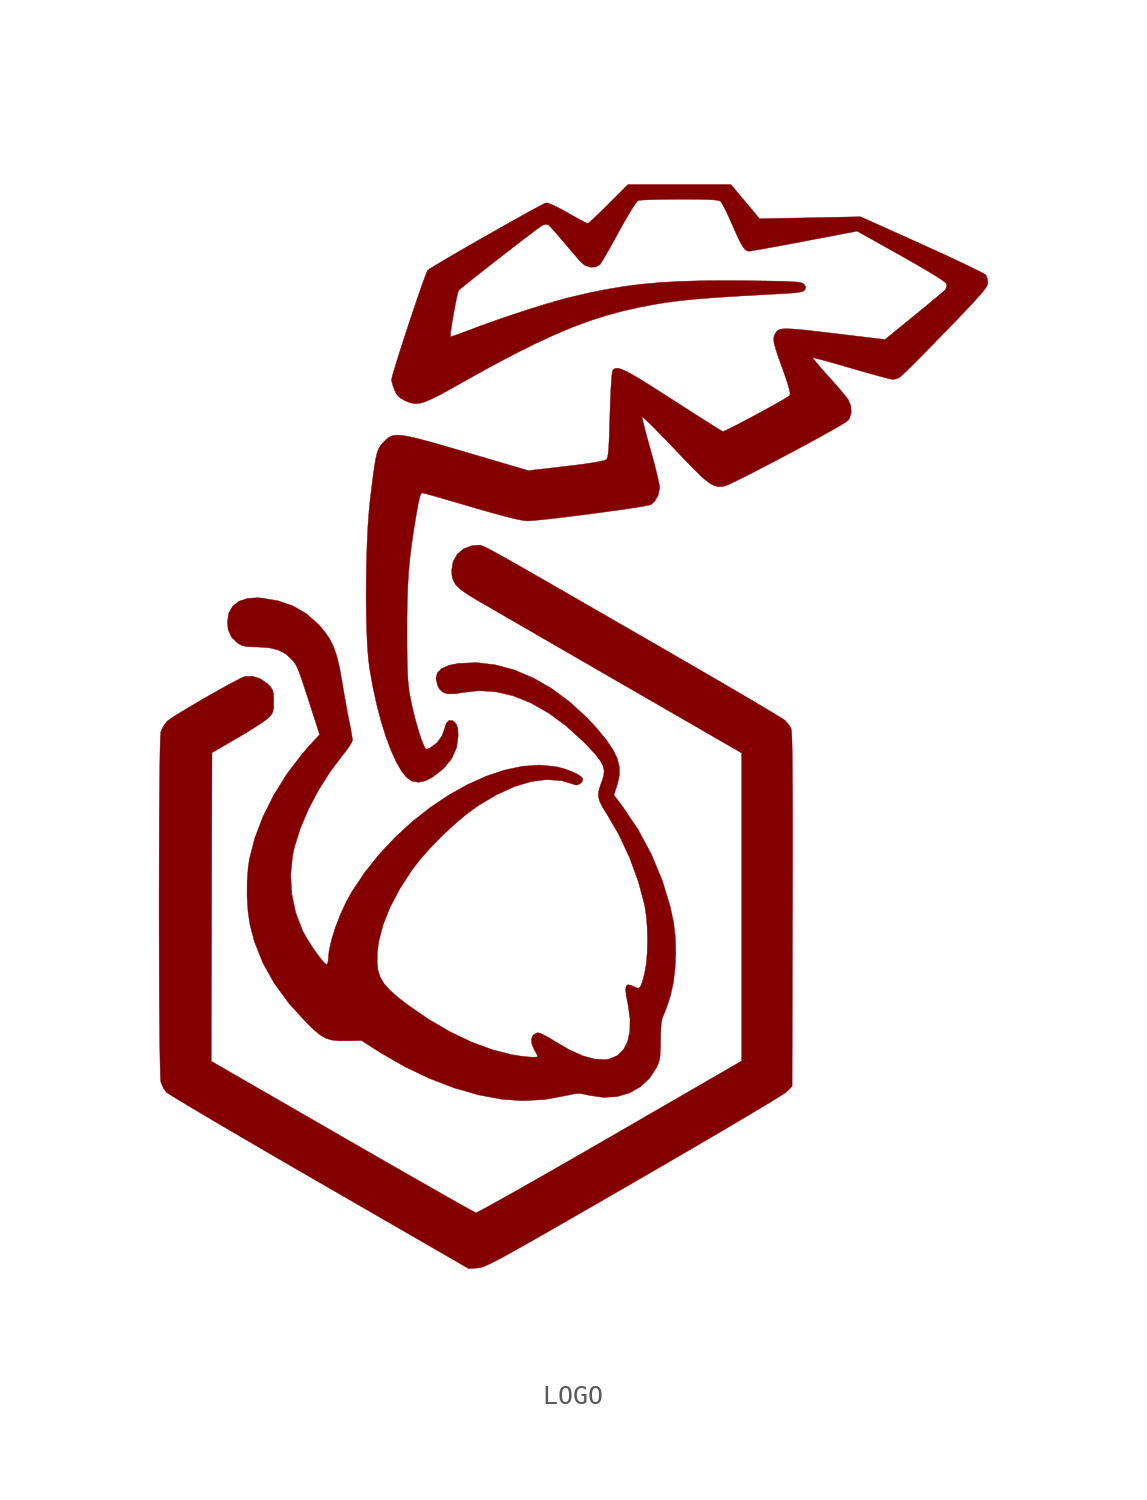
<source format=kicad_sym>
(kicad_symbol_lib
  (version 20210619)
  (generator bitmap2component)
  (symbol "LOGO"
    (pin_names
      (offset 1.016))
    (property "Reference" "#G"
      (at 0 31.115 0)
      (effects (font (size 1.27 1.27)) hide))
    (symbol "LOGO_0_0"
      (polyline (pts (xy -6.858 -28.51) (xy -6.813 -28.505) (xy -6.727 -28.491) (xy -6.626 -28.464) (xy -6.502 -28.419) (xy -6.345 -28.352) (xy -6.146 -28.258) (xy -5.898 -28.132) (xy -5.59 -27.969) (xy -5.215 -27.764) (xy -4.764 -27.513) (xy -4.228 -27.211) (xy -3.597 -26.852) (xy -2.864 -26.433) (xy -2.02 -25.948) (xy -1.055 -25.393) (xy 0.039 -24.762) (xy 1.27 -24.051) (xy 2.135 -23.551) (xy 3.159 -22.957) (xy 4.139 -22.386) (xy 5.062 -21.846) (xy 5.92 -21.343) (xy 6.701 -20.881) (xy 7.397 -20.468) (xy 7.996 -20.109) (xy 8.489 -19.811) (xy 8.866 -19.578) (xy 9.116 -19.419) (xy 9.229 -19.337) (xy 9.525 -19.047) (xy 9.547 -9.841) (xy 9.549 -9.08) (xy 9.552 -7.541) (xy 9.553 -6.165) (xy 9.552 -4.949) (xy 9.549 -3.886) (xy 9.544 -2.974) (xy 9.538 -2.208) (xy 9.53 -1.583) (xy 9.52 -1.095) (xy 9.508 -0.74) (xy 9.494 -0.514) (xy 9.478 -0.412) (xy 9.475 -0.405) (xy 9.343 -0.189) (xy 9.159 0.019) (xy 9.134 0.039) (xy 8.972 0.144) (xy 8.679 0.324) (xy 8.266 0.572) (xy 7.746 0.881) (xy 7.13 1.245) (xy 6.428 1.657) (xy 5.654 2.109) (xy 4.818 2.595) (xy 3.931 3.109) (xy 3.006 3.644) (xy 2.543 3.911) (xy 1.209 4.679) (xy 0.012 5.37) (xy -1.056 5.985) (xy -2.002 6.53) (xy -2.835 7.01) (xy -3.562 7.427) (xy -4.189 7.786) (xy -4.726 8.093) (xy -5.18 8.35) (xy -5.557 8.562) (xy -5.867 8.734) (xy -6.116 8.869) (xy -6.312 8.972) (xy -6.464 9.047) (xy -6.577 9.098) (xy -6.66 9.13) (xy -6.721 9.146) (xy -6.768 9.152) (xy -6.807 9.15) (xy -6.847 9.146) (xy -6.894 9.144) (xy -7.176 9.117) (xy -7.595 8.959) (xy -7.923 8.678) (xy -8.136 8.297) (xy -8.212 7.84) (xy -8.2 7.595) (xy -8.138 7.328) (xy -8.005 7.094) (xy -7.779 6.866) (xy -7.441 6.621) (xy -6.968 6.332) (xy -6.823 6.248) (xy -6.51 6.066) (xy -6.073 5.813) (xy -5.523 5.495) (xy -4.873 5.119) (xy -4.136 4.693) (xy -3.324 4.223) (xy -2.45 3.718) (xy -1.526 3.185) (xy -0.564 2.629) (xy 0.422 2.06) (xy 6.9 -1.68) (xy 6.9 -17.722) (xy 0.042 -21.688) (xy -0.182 -21.817) (xy -1.165 -22.384) (xy -2.106 -22.925) (xy -2.994 -23.433) (xy -3.819 -23.904) (xy -4.57 -24.33) (xy -5.237 -24.706) (xy -5.809 -25.026) (xy -6.277 -25.285) (xy -6.63 -25.476) (xy -6.856 -25.594) (xy -6.947 -25.633) (xy -6.953 -25.63) (xy -7.071 -25.57) (xy -7.323 -25.433) (xy -7.699 -25.223) (xy -8.188 -24.948) (xy -8.78 -24.612) (xy -9.464 -24.223) (xy -10.231 -23.786) (xy -11.069 -23.306) (xy -11.968 -22.791) (xy -12.918 -22.245) (xy -13.908 -21.675) (xy -20.738 -17.738) (xy -20.701 -1.662) (xy -19.36 -0.885) (xy -18.98 -0.66) (xy -18.555 -0.399) (xy -18.189 -0.162) (xy -17.911 0.03) (xy -17.751 0.159) (xy -17.722 0.188) (xy -17.592 0.339) (xy -17.52 0.489) (xy -17.49 0.696) (xy -17.484 1.016) (xy -17.484 1.13) (xy -17.495 1.407) (xy -17.536 1.59) (xy -17.627 1.738) (xy -17.787 1.909) (xy -17.828 1.949) (xy -18.186 2.192) (xy -18.584 2.321) (xy -18.965 2.316) (xy -19.017 2.299) (xy -19.226 2.204) (xy -19.542 2.041) (xy -19.94 1.827) (xy -20.396 1.574) (xy -20.882 1.299) (xy -21.375 1.014) (xy -21.848 0.736) (xy -22.276 0.478) (xy -22.634 0.256) (xy -22.896 0.083) (xy -23.038 -0.025) (xy -23.056 -0.044) (xy -23.241 -0.298) (xy -23.365 -0.575) (xy -23.372 -0.622) (xy -23.385 -0.836) (xy -23.398 -1.2) (xy -23.409 -1.698) (xy -23.419 -2.317) (xy -23.428 -3.043) (xy -23.435 -3.862) (xy -23.442 -4.761) (xy -23.447 -5.726) (xy -23.451 -6.743) (xy -23.453 -7.798) (xy -23.455 -8.877) (xy -23.455 -9.966) (xy -23.454 -11.052) (xy -23.452 -12.12) (xy -23.448 -13.158) (xy -23.444 -14.151) (xy -23.438 -15.085) (xy -23.431 -15.946) (xy -23.423 -16.721) (xy -23.413 -17.396) (xy -23.403 -17.957) (xy -23.391 -18.39) (xy -23.378 -18.681) (xy -23.364 -18.817) (xy -23.357 -18.841) (xy -23.24 -19.115) (xy -23.089 -19.343) (xy -23.002 -19.406) (xy -22.776 -19.55) (xy -22.422 -19.766) (xy -21.95 -20.05) (xy -21.37 -20.396) (xy -20.692 -20.797) (xy -19.926 -21.248) (xy -19.081 -21.743) (xy -18.167 -22.276) (xy -17.195 -22.842) (xy -16.174 -23.434) (xy -15.113 -24.047) (xy -7.324 -28.543) (xy -6.858 -28.51)) (stroke (width 0.01)) (fill (type outline)))
      (polyline (pts (xy -3.334 -19.731) (xy -2.141 -19.507) (xy -2.106 -19.499) (xy -1.82 -19.437) (xy -1.593 -19.419) (xy -1.35 -19.447) (xy -1.019 -19.521) (xy -1.016 -19.521) (xy -0.283 -19.625) (xy 0.413 -19.578) (xy 1.055 -19.39) (xy 1.625 -19.067) (xy 2.103 -18.618) (xy 2.471 -18.05) (xy 2.556 -17.859) (xy 2.614 -17.661) (xy 2.648 -17.419) (xy 2.666 -17.092) (xy 2.673 -16.637) (xy 2.673 -16.602) (xy 2.684 -16.12) (xy 2.709 -15.773) (xy 2.753 -15.528) (xy 2.819 -15.354) (xy 2.848 -15.293) (xy 2.948 -15.043) (xy 3.066 -14.706) (xy 3.183 -14.338) (xy 3.193 -14.304) (xy 3.339 -13.64) (xy 3.431 -12.874) (xy 3.466 -12.065) (xy 3.442 -11.268) (xy 3.357 -10.541) (xy 3.177 -9.687) (xy 2.76 -8.314) (xy 2.199 -6.966) (xy 1.506 -5.674) (xy 0.695 -4.47) (xy 0.242 -3.867) (xy 0.423 -3.301) (xy 0.435 -3.266) (xy 0.53 -2.825) (xy 0.527 -2.401) (xy 0.419 -1.971) (xy 0.196 -1.512) (xy -0.149 -1.003) (xy -0.625 -0.419) (xy -1.147 0.147) (xy -2.043 0.971) (xy -2.982 1.667) (xy -3.951 2.227) (xy -4.937 2.645) (xy -5.928 2.915) (xy -6.91 3.032) (xy -7.871 2.989) (xy -8.349 2.892) (xy -8.733 2.724) (xy -8.96 2.492) (xy -9.03 2.196) (xy -8.944 1.836) (xy -8.845 1.65) (xy -8.666 1.483) (xy -8.411 1.403) (xy -8.053 1.405) (xy -7.566 1.482) (xy -6.804 1.567) (xy -5.909 1.512) (xy -4.997 1.298) (xy -4.077 0.926) (xy -3.155 0.401) (xy -2.241 -0.274) (xy -1.341 -1.095) (xy -1.079 -1.363) (xy -0.72 -1.754) (xy -0.473 -2.075) (xy -0.326 -2.348) (xy -0.268 -2.598) (xy -0.288 -2.848) (xy -0.374 -3.122) (xy -0.446 -3.311) (xy -0.546 -3.638) (xy -0.571 -3.908) (xy -0.514 -4.169) (xy -0.368 -4.47) (xy -0.127 -4.857) (xy 0.501 -5.936) (xy 1.056 -7.128) (xy 1.51 -8.364) (xy 1.837 -9.588) (xy 1.838 -9.589) (xy 1.924 -10.135) (xy 1.976 -10.768) (xy 1.993 -11.439) (xy 1.975 -12.097) (xy 1.923 -12.69) (xy 1.837 -13.168) (xy 1.793 -13.337) (xy 1.703 -13.657) (xy 1.625 -13.846) (xy 1.541 -13.925) (xy 1.432 -13.918) (xy 1.279 -13.848) (xy 1.145 -13.786) (xy 0.979 -13.75) (xy 0.883 -13.817) (xy 0.853 -13.999) (xy 0.884 -14.314) (xy 0.972 -14.774) (xy 0.982 -14.823) (xy 1.082 -15.547) (xy 1.071 -16.182) (xy 0.954 -16.717) (xy 0.734 -17.143) (xy 0.415 -17.447) (xy -0.000200 -17.62) (xy -0.232 -17.655) (xy -0.772 -17.625) (xy -1.386 -17.454) (xy -2.08 -17.142) (xy -2.858 -16.688) (xy -3.016 -16.589) (xy -3.314 -16.418) (xy -3.555 -16.3) (xy -3.696 -16.256) (xy -3.781 -16.264) (xy -3.968 -16.37) (xy -4.054 -16.577) (xy -4.032 -16.853) (xy -3.894 -17.168) (xy -3.864 -17.218) (xy -3.765 -17.394) (xy -3.725 -17.486) (xy -3.796 -17.519) (xy -4 -17.526) (xy -4.304 -17.506) (xy -4.674 -17.462) (xy -5.076 -17.395) (xy -6.082 -17.141) (xy -7.181 -16.736) (xy -8.306 -16.199) (xy -9.431 -15.542) (xy -10.536 -14.776) (xy -11.017 -14.401) (xy -11.436 -14.03) (xy -11.737 -13.691) (xy -11.937 -13.354) (xy -12.051 -12.993) (xy -12.095 -12.579) (xy -12.084 -12.086) (xy -12.012 -11.499) (xy -11.784 -10.627) (xy -11.414 -9.703) (xy -10.906 -8.742) (xy -10.267 -7.758) (xy -9.857 -7.228) (xy -9.309 -6.608) (xy -8.694 -5.979) (xy -8.05 -5.381) (xy -7.417 -4.85) (xy -6.834 -4.425) (xy -5.879 -3.856) (xy -4.952 -3.432) (xy -4.077 -3.168) (xy -3.255 -3.064) (xy -2.485 -3.12) (xy -1.768 -3.337) (xy -1.696 -3.349) (xy -1.535 -3.288) (xy -1.407 -3.159) (xy -1.378 -3.017) (xy -1.442 -2.931) (xy -1.648 -2.788) (xy -1.956 -2.641) (xy -2.328 -2.506) (xy -2.725 -2.401) (xy -2.8 -2.386) (xy -3.631 -2.306) (xy -4.521 -2.369) (xy -5.453 -2.566) (xy -6.415 -2.888) (xy -7.391 -3.326) (xy -8.368 -3.872) (xy -9.33 -4.517) (xy -10.263 -5.251) (xy -11.152 -6.067) (xy -11.984 -6.955) (xy -12.744 -7.906) (xy -13.417 -8.913) (xy -13.724 -9.472) (xy -14.02 -10.117) (xy -14.274 -10.78) (xy -14.473 -11.422) (xy -14.601 -12.003) (xy -14.647 -12.485) (xy -14.667 -12.627) (xy -14.725 -12.7) (xy -14.796 -12.658) (xy -14.947 -12.499) (xy -15.144 -12.249) (xy -15.367 -11.939) (xy -15.592 -11.601) (xy -15.798 -11.266) (xy -15.962 -10.964) (xy -15.997 -10.892) (xy -16.339 -9.992) (xy -16.541 -9.028) (xy -16.598 -8.039) (xy -16.506 -7.064) (xy -16.399 -6.568) (xy -16.1 -5.614) (xy -15.68 -4.623) (xy -15.155 -3.626) (xy -14.543 -2.656) (xy -13.857 -1.746) (xy -13.764 -1.631) (xy -13.566 -1.362) (xy -13.429 -1.144) (xy -13.377 -1.014) (xy -13.384 -0.943) (xy -13.418 -0.719) (xy -13.476 -0.4) (xy -13.55 -0.03) (xy -13.568 0.057) (xy -13.651 0.488) (xy -13.746 1.013) (xy -13.845 1.574) (xy -13.934 2.112) (xy -14.057 2.793) (xy -14.197 3.374) (xy -14.363 3.853) (xy -14.568 4.266) (xy -14.829 4.646) (xy -15.159 5.028) (xy -15.167 5.037) (xy -15.778 5.577) (xy -16.471 5.981) (xy -17.258 6.253) (xy -18.152 6.4) (xy -18.297 6.41) (xy -18.85 6.377) (xy -19.295 6.228) (xy -19.623 5.968) (xy -19.827 5.603) (xy -19.896 5.139) (xy -19.853 4.739) (xy -19.681 4.356) (xy -19.369 4.05) (xy -19.328 4.021) (xy -19.168 3.934) (xy -18.979 3.881) (xy -18.716 3.854) (xy -18.33 3.844) (xy -17.732 3.805) (xy -17.253 3.692) (xy -16.867 3.493) (xy -16.542 3.198) (xy -16.48 3.127) (xy -16.398 3.022) (xy -16.323 2.903) (xy -16.247 2.749) (xy -16.161 2.54) (xy -16.057 2.253) (xy -15.927 1.869) (xy -15.763 1.366) (xy -15.555 0.722) (xy -15.092 -0.714) (xy -15.636 -1.31) (xy -16.026 -1.756) (xy -16.804 -2.784) (xy -17.481 -3.87) (xy -18.04 -4.987) (xy -18.468 -6.106) (xy -18.749 -7.201) (xy -18.812 -7.617) (xy -18.869 -8.367) (xy -18.872 -9.166) (xy -18.822 -9.942) (xy -18.721 -10.627) (xy -18.488 -11.511) (xy -18.046 -12.62) (xy -17.442 -13.696) (xy -16.673 -14.743) (xy -15.739 -15.764) (xy -15.37 -16.118) (xy -15.053 -16.377) (xy -14.763 -16.543) (xy -14.453 -16.635) (xy -14.082 -16.673) (xy -13.607 -16.674) (xy -12.912 -16.659) (xy -12.023 -17.227) (xy -11.905 -17.302) (xy -10.653 -18.022) (xy -9.367 -18.635) (xy -8.076 -19.129) (xy -6.807 -19.494) (xy -5.588 -19.72) (xy -4.507 -19.796) (xy -3.334 -19.731)) (stroke (width 0.01)) (fill (type outline)))
      (polyline (pts (xy -9.571 -3.126) (xy -9.168 -2.91) (xy -8.707 -2.548) (xy -8.595 -2.444) (xy -8.196 -1.948) (xy -7.955 -1.394) (xy -7.874 -0.788) (xy -7.874 -0.732) (xy -7.891 -0.423) (xy -7.944 -0.224) (xy -8.045 -0.083) (xy -8.176 0.012) (xy -8.352 0.018) (xy -8.494 -0.128) (xy -8.582 -0.414) (xy -8.585 -0.428) (xy -8.726 -0.805) (xy -8.986 -1.15) (xy -9.322 -1.401) (xy -9.407 -1.444) (xy -9.527 -1.477) (xy -9.607 -1.407) (xy -9.698 -1.208) (xy -9.818 -0.889) (xy -9.978 -0.385) (xy -10.137 0.192) (xy -10.28 0.789) (xy -10.395 1.354) (xy -10.434 1.602) (xy -10.47 1.913) (xy -10.498 2.274) (xy -10.517 2.71) (xy -10.53 3.243) (xy -10.536 3.898) (xy -10.538 4.699) (xy -10.537 5.3) (xy -10.525 6.194) (xy -10.499 6.984) (xy -10.456 7.71) (xy -10.393 8.414) (xy -10.305 9.135) (xy -10.191 9.915) (xy -10.046 10.795) (xy -10.026 10.913) (xy -9.95 11.332) (xy -9.888 11.613) (xy -9.833 11.781) (xy -9.778 11.858) (xy -9.714 11.871) (xy -9.694 11.867) (xy -9.531 11.823) (xy -9.235 11.74) (xy -8.825 11.623) (xy -8.325 11.478) (xy -7.754 11.312) (xy -7.136 11.13) (xy -7.021 11.097) (xy -6.161 10.85) (xy -5.459 10.658) (xy -4.912 10.523) (xy -4.518 10.441) (xy -4.276 10.415) (xy -4.095 10.423) (xy -3.76 10.451) (xy -3.315 10.496) (xy -2.784 10.556) (xy -2.191 10.627) (xy -1.557 10.706) (xy -0.906 10.79) (xy -0.262 10.876) (xy 0.353 10.961) (xy 0.916 11.042) (xy 1.402 11.116) (xy 1.79 11.18) (xy 2.056 11.231) (xy 2.177 11.265) (xy 2.378 11.448) (xy 2.557 11.772) (xy 2.625 12.14) (xy 2.624 12.156) (xy 2.595 12.35) (xy 2.526 12.672) (xy 2.425 13.092) (xy 2.299 13.579) (xy 2.154 14.102) (xy 2.122 14.217) (xy 1.984 14.714) (xy 1.868 15.15) (xy 1.779 15.5) (xy 1.724 15.74) (xy 1.71 15.842) (xy 1.716 15.843) (xy 1.805 15.776) (xy 1.991 15.603) (xy 2.26 15.339) (xy 2.596 14.998) (xy 2.986 14.596) (xy 3.414 14.146) (xy 3.476 14.081) (xy 3.994 13.536) (xy 4.416 13.104) (xy 4.757 12.771) (xy 5.033 12.527) (xy 5.259 12.359) (xy 5.452 12.257) (xy 5.627 12.207) (xy 5.799 12.199) (xy 5.986 12.221) (xy 6.102 12.261) (xy 6.357 12.375) (xy 6.722 12.551) (xy 7.177 12.778) (xy 7.703 13.047) (xy 8.279 13.345) (xy 8.886 13.663) (xy 9.503 13.99) (xy 10.11 14.315) (xy 10.687 14.628) (xy 11.214 14.918) (xy 11.672 15.175) (xy 12.04 15.387) (xy 12.297 15.544) (xy 12.425 15.636) (xy 12.51 15.746) (xy 12.607 16.045) (xy 12.589 16.389) (xy 12.456 16.722) (xy 12.422 16.772) (xy 12.268 16.968) (xy 12.035 17.246) (xy 11.748 17.578) (xy 11.431 17.933) (xy 11.266 18.115) (xy 10.992 18.426) (xy 10.777 18.678) (xy 10.638 18.851) (xy 10.595 18.921) (xy 10.645 18.914) (xy 10.837 18.868) (xy 11.153 18.784) (xy 11.569 18.669) (xy 12.065 18.528) (xy 12.616 18.368) (xy 13.011 18.253) (xy 13.541 18.102) (xy 14.007 17.973) (xy 14.384 17.873) (xy 14.648 17.808) (xy 14.774 17.785) (xy 14.911 17.806) (xy 15.124 17.889) (xy 15.128 17.891) (xy 15.234 17.982) (xy 15.442 18.18) (xy 15.738 18.47) (xy 16.108 18.84) (xy 16.537 19.273) (xy 17.011 19.757) (xy 17.516 20.277) (xy 17.53 20.291) (xy 18.106 20.888) (xy 18.574 21.377) (xy 18.944 21.771) (xy 19.228 22.082) (xy 19.437 22.322) (xy 19.58 22.503) (xy 19.669 22.639) (xy 19.715 22.741) (xy 19.727 22.822) (xy 19.699 23.037) (xy 19.622 23.226) (xy 19.595 23.248) (xy 19.431 23.342) (xy 19.138 23.492) (xy 18.73 23.692) (xy 18.227 23.932) (xy 17.643 24.205) (xy 16.996 24.502) (xy 16.303 24.817) (xy 13.09 26.262) (xy 7.832 26.158) (xy 7.084 27.049) (xy 6.336 27.94) (xy 0.971 27.94) (xy -0.042 26.924) (xy -0.304 26.664) (xy -0.613 26.363) (xy -0.867 26.123) (xy -1.044 25.965) (xy -1.123 25.908) (xy -1.132 25.91) (xy -1.254 25.966) (xy -1.486 26.088) (xy -1.8 26.26) (xy -2.165 26.467) (xy -2.555 26.683) (xy -2.902 26.856) (xy -3.157 26.961) (xy -3.293 26.986) (xy -3.305 26.983) (xy -3.449 26.915) (xy -3.714 26.776) (xy -4.082 26.577) (xy -4.532 26.328) (xy -5.047 26.042) (xy -5.606 25.727) (xy -6.19 25.396) (xy -6.78 25.06) (xy -7.357 24.729) (xy -7.901 24.415) (xy -8.393 24.128) (xy -8.815 23.879) (xy -9.146 23.68) (xy -9.368 23.541) (xy -9.461 23.473) (xy -9.497 23.402) (xy -9.585 23.181) (xy -9.71 22.84) (xy -9.865 22.4) (xy -10.042 21.886) (xy -10.233 21.32) (xy -10.431 20.728) (xy -10.627 20.131) (xy -10.814 19.553) (xy -10.985 19.018) (xy -11.13 18.549) (xy -11.244 18.17) (xy -11.318 17.903) (xy -11.344 17.773) (xy -11.337 17.707) (xy -11.278 17.471) (xy -11.177 17.205) (xy -11.078 17.018) (xy -10.897 16.822) (xy -10.616 16.666) (xy -10.479 16.609) (xy -10.278 16.547) (xy -10.076 16.524) (xy -9.854 16.548) (xy -9.59 16.625) (xy -9.264 16.763) (xy -8.855 16.967) (xy -8.342 17.245) (xy -7.705 17.603) (xy -7.417 17.766) (xy -6.126 18.48) (xy -4.95 19.102) (xy -3.872 19.642) (xy -2.873 20.104) (xy -1.937 20.498) (xy -1.045 20.831) (xy -0.18 21.11) (xy 0.676 21.343) (xy 1.54 21.537) (xy 1.581 21.546) (xy 2.059 21.639) (xy 2.52 21.721) (xy 2.982 21.794) (xy 3.464 21.859) (xy 3.985 21.918) (xy 4.563 21.973) (xy 5.217 22.026) (xy 5.966 22.078) (xy 6.828 22.132) (xy 7.821 22.188) (xy 8.966 22.25) (xy 9.019 22.253) (xy 9.478 22.281) (xy 9.797 22.311) (xy 10.005 22.347) (xy 10.127 22.394) (xy 10.192 22.456) (xy 10.234 22.602) (xy 10.137 22.75) (xy 10.123 22.763) (xy 10.065 22.8) (xy 9.973 22.83) (xy 9.831 22.854) (xy 9.62 22.873) (xy 9.326 22.889) (xy 8.93 22.901) (xy 8.415 22.912) (xy 7.765 22.921) (xy 6.963 22.93) (xy 6.123 22.936) (xy 4.859 22.928) (xy 3.718 22.896) (xy 2.673 22.837) (xy 1.695 22.749) (xy 0.757 22.63) (xy -0.169 22.475) (xy -1.111 22.284) (xy -2.097 22.052) (xy -2.655 21.903) (xy -3.365 21.695) (xy -4.159 21.448) (xy -4.996 21.174) (xy -5.838 20.887) (xy -6.647 20.598) (xy -7.385 20.321) (xy -7.68 20.209) (xy -7.98 20.101) (xy -8.189 20.032) (xy -8.274 20.015) (xy -8.278 20.093) (xy -8.255 20.306) (xy -8.21 20.614) (xy -8.15 20.982) (xy -8.081 21.372) (xy -8.01 21.747) (xy -7.943 22.072) (xy -7.887 22.307) (xy -7.848 22.418) (xy -7.839 22.428) (xy -7.723 22.53) (xy -7.497 22.715) (xy -7.181 22.969) (xy -6.795 23.275) (xy -6.359 23.618) (xy -5.893 23.982) (xy -5.417 24.352) (xy -4.951 24.713) (xy -4.516 25.047) (xy -4.13 25.341) (xy -3.816 25.578) (xy -3.591 25.743) (xy -3.477 25.821) (xy -3.344 25.864) (xy -3.186 25.848) (xy -3.172 25.838) (xy -3.056 25.723) (xy -2.861 25.509) (xy -2.612 25.224) (xy -2.332 24.892) (xy -2.279 24.829) (xy -1.99 24.488) (xy -1.726 24.183) (xy -1.515 23.948) (xy -1.383 23.813) (xy -1.255 23.721) (xy -0.977 23.631) (xy -0.7 23.647) (xy -0.486 23.77) (xy -0.472 23.788) (xy -0.374 23.94) (xy -0.214 24.21) (xy -0.005 24.574) (xy 0.237 25.006) (xy 0.499 25.483) (xy 0.575 25.622) (xy 0.833 26.08) (xy 1.068 26.481) (xy 1.268 26.801) (xy 1.417 27.017) (xy 1.501 27.107) (xy 1.556 27.117) (xy 1.768 27.133) (xy 2.11 27.148) (xy 2.553 27.16) (xy 3.074 27.168) (xy 3.646 27.172) (xy 4.137 27.172) (xy 4.725 27.167) (xy 5.168 27.156) (xy 5.482 27.136) (xy 5.682 27.109) (xy 5.782 27.072) (xy 5.802 27.052) (xy 5.903 26.897) (xy 6.046 26.626) (xy 6.217 26.272) (xy 6.398 25.866) (xy 6.588 25.432) (xy 6.774 25.033) (xy 6.923 24.757) (xy 7.048 24.584) (xy 7.161 24.493) (xy 7.273 24.466) (xy 7.329 24.472) (xy 7.54 24.505) (xy 7.882 24.565) (xy 8.336 24.646) (xy 8.882 24.746) (xy 9.497 24.861) (xy 10.162 24.987) (xy 12.917 25.511) (xy 15.199 24.233) (xy 15.825 23.878) (xy 16.398 23.546) (xy 16.869 23.263) (xy 17.228 23.036) (xy 17.461 22.874) (xy 17.558 22.783) (xy 17.589 22.672) (xy 17.529 22.482) (xy 17.491 22.445) (xy 17.333 22.305) (xy 17.074 22.085) (xy 16.734 21.801) (xy 16.334 21.47) (xy 15.893 21.11) (xy 14.364 19.864) (xy 11.715 20.182) (xy 11.115 20.253) (xy 10.458 20.329) (xy 9.938 20.383) (xy 9.537 20.416) (xy 9.238 20.427) (xy 9.022 20.417) (xy 8.871 20.385) (xy 8.769 20.33) (xy 8.697 20.253) (xy 8.638 20.154) (xy 8.604 20.083) (xy 8.569 19.956) (xy 8.569 19.8) (xy 8.608 19.589) (xy 8.692 19.298) (xy 8.827 18.9) (xy 9.018 18.37) (xy 9.05 18.282) (xy 9.239 17.741) (xy 9.36 17.345) (xy 9.417 17.087) (xy 9.41 16.958) (xy 9.397 16.945) (xy 9.268 16.857) (xy 9.022 16.71) (xy 8.686 16.518) (xy 8.287 16.296) (xy 7.851 16.058) (xy 7.403 15.817) (xy 6.971 15.588) (xy 6.58 15.384) (xy 6.256 15.221) (xy 6.027 15.113) (xy 5.917 15.072) (xy 5.843 15.113) (xy 5.641 15.235) (xy 5.329 15.43) (xy 4.924 15.686) (xy 4.441 15.993) (xy 3.896 16.342) (xy 3.306 16.722) (xy 2.764 17.07) (xy 2.138 17.469) (xy 1.629 17.785) (xy 1.224 18.025) (xy 0.907 18.197) (xy 0.666 18.307) (xy 0.487 18.361) (xy 0.356 18.368) (xy 0.26 18.333) (xy 0.184 18.263) (xy 0.171 18.235) (xy 0.14 18.051) (xy 0.11 17.715) (xy 0.081 17.243) (xy 0.056 16.645) (xy 0.033 15.936) (xy 0.026 15.694) (xy 0.007 15.059) (xy -0.012 14.568) (xy -0.033 14.201) (xy -0.056 13.941) (xy -0.085 13.767) (xy -0.119 13.661) (xy -0.161 13.603) (xy -0.284 13.556) (xy -0.568 13.495) (xy -0.998 13.424) (xy -1.565 13.345) (xy -2.256 13.261) (xy -4.215 13.035) (xy -7.417 13.977) (xy -7.932 14.129) (xy -8.734 14.362) (xy -9.398 14.55) (xy -9.94 14.694) (xy -10.375 14.796) (xy -10.721 14.859) (xy -10.991 14.884) (xy -11.203 14.872) (xy -11.371 14.827) (xy -11.511 14.749) (xy -11.64 14.641) (xy -11.773 14.505) (xy -11.791 14.485) (xy -11.895 14.366) (xy -11.98 14.241) (xy -12.052 14.091) (xy -12.114 13.895) (xy -12.173 13.633) (xy -12.232 13.285) (xy -12.296 12.829) (xy -12.37 12.246) (xy -12.459 11.515) (xy -12.52 10.911) (xy -12.574 10.151) (xy -12.616 9.304) (xy -12.646 8.4) (xy -12.664 7.467) (xy -12.669 6.532) (xy -12.662 5.625) (xy -12.642 4.774) (xy -12.609 4.006) (xy -12.563 3.351) (xy -12.504 2.836) (xy -12.485 2.709) (xy -12.314 1.742) (xy -12.111 0.817) (xy -11.883 -0.049) (xy -11.634 -0.841) (xy -11.372 -1.542) (xy -11.102 -2.138) (xy -10.829 -2.612) (xy -10.56 -2.949) (xy -10.299 -3.133) (xy -10.271 -3.144) (xy -9.934 -3.202) (xy -9.571 -3.126)) (stroke (width 0.01)) (fill (type outline))))))
</source>
